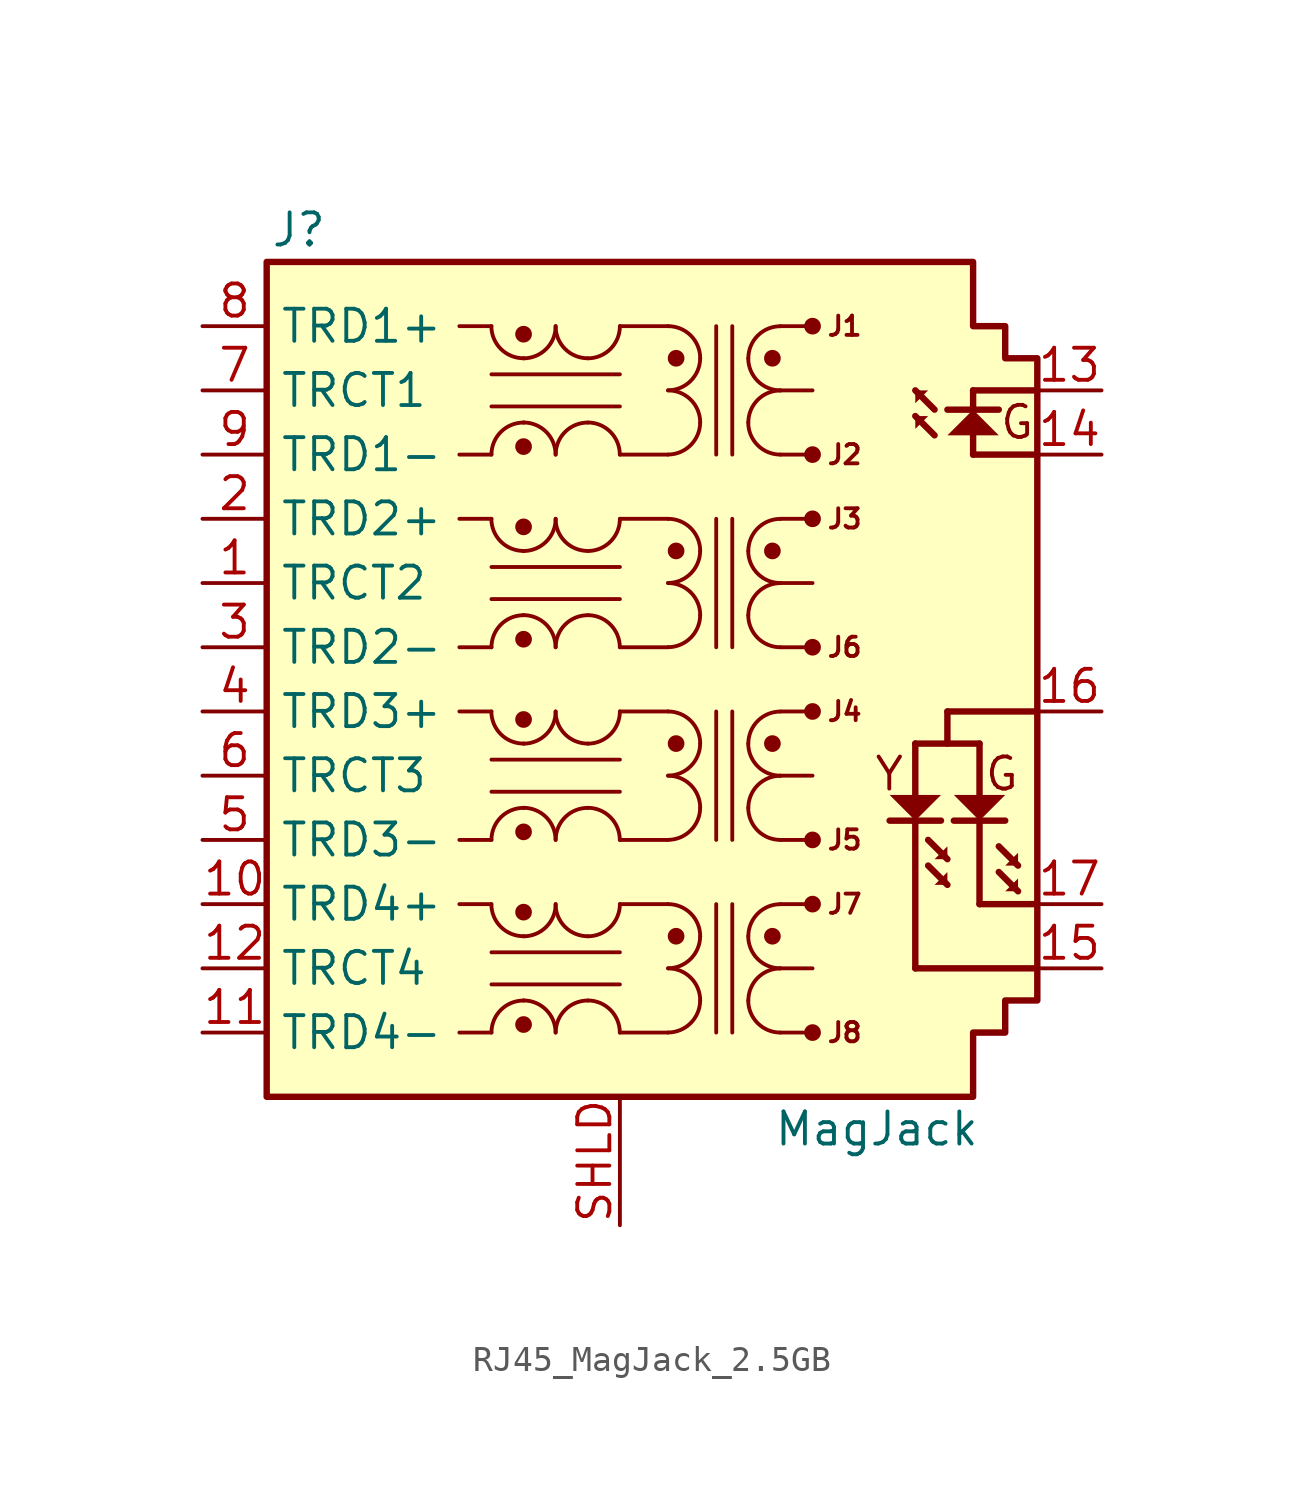
<source format=kicad_sym>
(kicad_symbol_lib
  (version 20241209)
  (generator "kicad_symbol_editor")
  (generator_version "9.0")
  (symbol "RJ45_MagJack_2.5GB"
    (property "Reference" "J"
      (at -12.7 17.78 0)
      (effects (font (size 1.27 1.27))))
    (property "Value" "MagJack"
      (at 10.16 -17.78 0)
      (effects (font (size 1.27 1.27))))
    (symbol "RJ45_MagJack_2.5GB_1_0"
      (polyline (pts (xy -13.97 16.51) (xy 13.97 16.51) (xy 13.97 13.97) (xy 15.24 13.97) (xy 15.24 12.7) (xy 16.51 12.7) (xy 16.51 -12.7) (xy 15.24 -12.7) (xy 15.24 -13.97) (xy 13.97 -13.97) (xy 13.97 -16.51) (xy -13.97 -16.51) (xy -13.97 16.51)) (stroke (width 0.254) (type solid)) (fill (type background)))
      (polyline (pts (xy 11.684 11.43) (xy 12.446 10.668)) (stroke (width 0.254) (type solid)) (fill (type none)))
      (polyline (pts (xy 11.684 10.414) (xy 12.446 9.652)) (stroke (width 0.254) (type solid)) (fill (type none)))
      (polyline (pts (xy 11.684 -2.54) (xy 11.684 -4.572)) (stroke (width 0.254) (type solid)) (fill (type none)))
      (polyline (pts (xy 11.684 -5.588) (xy 11.684 -11.43)) (stroke (width 0.254) (type solid)) (fill (type none)))
      (polyline (pts (xy 11.684 -5.588) (xy 12.7 -4.572) (xy 10.668 -4.572) (xy 11.684 -5.588)) (stroke (width -0.0001) (type solid)) (fill (type outline)))
      (polyline (pts (xy 12.192 11.43) (xy 11.684 11.43) (xy 11.684 10.922) (xy 12.192 11.43)) (stroke (width -0.0001) (type solid)) (fill (type outline)))
      (polyline (pts (xy 12.192 10.414) (xy 11.684 10.414) (xy 11.684 9.906) (xy 12.192 10.414)) (stroke (width -0.0001) (type solid)) (fill (type outline)))
      (polyline (pts (xy 12.446 -7.112) (xy 12.954 -7.112) (xy 12.954 -6.604) (xy 12.446 -7.112)) (stroke (width -0.0001) (type solid)) (fill (type outline)))
      (polyline (pts (xy 12.446 -8.128) (xy 12.954 -8.128) (xy 12.954 -7.62) (xy 12.446 -8.128)) (stroke (width -0.0001) (type solid)) (fill (type outline)))
      (polyline (pts (xy 12.7 -5.588) (xy 10.668 -5.588)) (stroke (width 0.254) (type solid)) (fill (type none)))
      (polyline (pts (xy 12.954 10.668) (xy 14.986 10.668)) (stroke (width 0.254) (type solid)) (fill (type none)))
      (polyline (pts (xy 12.954 -1.27) (xy 12.954 -2.54)) (stroke (width 0.254) (type solid)) (fill (type none)))
      (polyline (pts (xy 12.954 -1.27) (xy 16.51 -1.27)) (stroke (width 0.254) (type solid)) (fill (type none)))
      (polyline (pts (xy 12.954 -7.112) (xy 12.192 -6.35)) (stroke (width 0.254) (type solid)) (fill (type none)))
      (polyline (pts (xy 12.954 -8.128) (xy 12.192 -7.366)) (stroke (width 0.254) (type solid)) (fill (type none)))
      (polyline (pts (xy 13.208 -5.588) (xy 15.24 -5.588)) (stroke (width 0.254) (type solid)) (fill (type none)))
      (polyline (pts (xy 13.97 11.43) (xy 16.51 11.43)) (stroke (width 0.254) (type solid)) (fill (type none)))
      (polyline (pts (xy 13.97 10.668) (xy 13.97 11.43)) (stroke (width 0.254) (type solid)) (fill (type none)))
      (polyline (pts (xy 13.97 10.668) (xy 12.954 9.652) (xy 14.986 9.652) (xy 13.97 10.668)) (stroke (width -0.0001) (type solid)) (fill (type outline)))
      (polyline (pts (xy 13.97 9.652) (xy 13.97 8.89)) (stroke (width 0.254) (type solid)) (fill (type none)))
      (polyline (pts (xy 13.97 8.89) (xy 16.51 8.89)) (stroke (width 0.254) (type solid)) (fill (type none)))
      (polyline (pts (xy 14.224 -2.54) (xy 11.684 -2.54)) (stroke (width 0.254) (type solid)) (fill (type none)))
      (polyline (pts (xy 14.224 -4.572) (xy 14.224 -2.54)) (stroke (width 0.254) (type solid)) (fill (type none)))
      (polyline (pts (xy 14.224 -5.588) (xy 14.224 -8.89)) (stroke (width 0.254) (type solid)) (fill (type none)))
      (polyline (pts (xy 14.224 -5.588) (xy 13.208 -4.572) (xy 15.24 -4.572) (xy 14.224 -5.588)) (stroke (width -0.0001) (type solid)) (fill (type outline)))
      (polyline (pts (xy 14.224 -8.89) (xy 16.51 -8.89)) (stroke (width 0.254) (type solid)) (fill (type none)))
      (polyline (pts (xy 15.24 -7.366) (xy 15.748 -7.366) (xy 15.748 -6.858) (xy 15.24 -7.366)) (stroke (width -0.0001) (type solid)) (fill (type outline)))
      (polyline (pts (xy 15.24 -8.382) (xy 15.748 -8.382) (xy 15.748 -7.874) (xy 15.24 -8.382)) (stroke (width -0.0001) (type solid)) (fill (type outline)))
      (polyline (pts (xy 15.748 -7.366) (xy 14.986 -6.604)) (stroke (width 0.254) (type solid)) (fill (type none)))
      (polyline (pts (xy 15.748 -8.382) (xy 14.986 -7.62)) (stroke (width 0.254) (type solid)) (fill (type none)))
      (polyline (pts (xy 16.51 -11.43) (xy 11.684 -11.43)) (stroke (width 0.254) (type solid)) (fill (type none)))
      (text "Y" (at 10.655 -3.741 0) (effects (font (size 1.27 1.27))))
      (text "G" (at 15.107 -3.741 0) (effects (font (size 1.27 1.27))))
      (text "G" (at 15.713 10.168 0) (effects (font (size 1.27 1.27))))
      (pin passive line (at 0 -21.59 90) (length 5.08) (name "SHLD" (effects (font (size 0 0)))) (number "SHLD" (effects (font (size 1.27 1.27)))))
      (pin passive line (at 19.05 11.43 180) (length 2.54) (name "13" (effects (font (size 0 0)))) (number "13" (effects (font (size 1.27 1.27)))))
      (pin passive line (at 19.05 8.89 180) (length 2.54) (name "14" (effects (font (size 0 0)))) (number "14" (effects (font (size 1.27 1.27)))))
      (pin passive line (at 19.05 -1.27 180) (length 2.54) (name "16" (effects (font (size 0 0)))) (number "16" (effects (font (size 1.27 1.27)))))
      (pin passive line (at 19.05 -8.89 180) (length 2.54) (name "17" (effects (font (size 0 0)))) (number "17" (effects (font (size 1.27 1.27)))))
      (pin passive line (at 19.05 -11.43 180) (length 2.54) (name "15" (effects (font (size 0 0)))) (number "15" (effects (font (size 1.27 1.27))))))
    (symbol "RJ45_MagJack_2.5GB_1_1"
      (polyline (pts (xy -5.08 13.97) (xy -6.35 13.97)) (stroke (width 0) (type default)) (fill (type none)))
      (polyline (pts (xy -5.08 12.065) (xy 0 12.065)) (stroke (width 0) (type default)) (fill (type none)))
      (polyline (pts (xy -5.08 10.795) (xy 0 10.795)) (stroke (width 0) (type default)) (fill (type none)))
      (polyline (pts (xy -5.08 8.89) (xy -6.35 8.89)) (stroke (width 0) (type default)) (fill (type none)))
      (polyline (pts (xy -5.08 6.35) (xy -6.35 6.35)) (stroke (width 0) (type default)) (fill (type none)))
      (polyline (pts (xy -5.08 4.445) (xy 0 4.445)) (stroke (width 0) (type default)) (fill (type none)))
      (polyline (pts (xy -5.08 3.175) (xy 0 3.175)) (stroke (width 0) (type default)) (fill (type none)))
      (polyline (pts (xy -5.08 1.27) (xy -6.35 1.27)) (stroke (width 0) (type default)) (fill (type none)))
      (polyline (pts (xy -5.08 -1.27) (xy -6.35 -1.27)) (stroke (width 0) (type default)) (fill (type none)))
      (polyline (pts (xy -5.08 -3.175) (xy 0 -3.175)) (stroke (width 0) (type default)) (fill (type none)))
      (polyline (pts (xy -5.08 -4.445) (xy 0 -4.445)) (stroke (width 0) (type default)) (fill (type none)))
      (polyline (pts (xy -5.08 -6.35) (xy -6.35 -6.35)) (stroke (width 0) (type default)) (fill (type none)))
      (polyline (pts (xy -5.08 -8.89) (xy -6.35 -8.89)) (stroke (width 0) (type default)) (fill (type none)))
      (polyline (pts (xy -5.08 -10.795) (xy 0 -10.795)) (stroke (width 0) (type default)) (fill (type none)))
      (polyline (pts (xy -5.08 -12.065) (xy 0 -12.065)) (stroke (width 0) (type default)) (fill (type none)))
      (polyline (pts (xy -5.08 -13.97) (xy -6.35 -13.97)) (stroke (width 0) (type default)) (fill (type none)))
      (arc (start -2.54 13.97) (mid -2.912 13.072) (end -3.81 12.7) (stroke (width 0) (type default)) (fill (type none)))
      (arc (start -3.81 10.16) (mid -2.912 9.788) (end -2.54 8.89) (stroke (width 0) (type default)) (fill (type none)))
      (arc (start -2.54 6.35) (mid -2.912 5.452) (end -3.81 5.08) (stroke (width 0) (type default)) (fill (type none)))
      (arc (start -3.81 2.54) (mid -2.912 2.168) (end -2.54 1.27) (stroke (width 0) (type default)) (fill (type none)))
      (arc (start -2.54 -1.27) (mid -2.912 -2.168) (end -3.81 -2.54) (stroke (width 0) (type default)) (fill (type none)))
      (arc (start -3.81 -5.08) (mid -2.912 -5.452) (end -2.54 -6.35) (stroke (width 0) (type default)) (fill (type none)))
      (arc (start -2.54 -8.89) (mid -2.912 -9.788) (end -3.81 -10.16) (stroke (width 0) (type default)) (fill (type none)))
      (arc (start -3.81 -12.7) (mid -2.912 -13.072) (end -2.54 -13.97) (stroke (width 0) (type default)) (fill (type none)))
      (circle (center -3.81 13.652) (radius 0.254) (stroke (width 0) (type default)) (fill (type outline)))
      (arc (start -3.81 12.7) (mid -3.81 12.7) (end -3.81 12.7) (stroke (width 0) (type default)) (fill (type none)))
      (arc (start -3.81 10.16) (mid -3.81 10.16) (end -3.81 10.16) (stroke (width 0) (type default)) (fill (type none)))
      (circle (center -3.81 9.207) (radius 0.254) (stroke (width 0) (type default)) (fill (type outline)))
      (circle (center -3.81 6.032) (radius 0.254) (stroke (width 0) (type default)) (fill (type outline)))
      (arc (start -3.81 5.08) (mid -3.81 5.08) (end -3.81 5.08) (stroke (width 0) (type default)) (fill (type none)))
      (arc (start -3.81 2.54) (mid -3.81 2.54) (end -3.81 2.54) (stroke (width 0) (type default)) (fill (type none)))
      (circle (center -3.81 1.587) (radius 0.254) (stroke (width 0) (type default)) (fill (type outline)))
      (circle (center -3.81 -1.587) (radius 0.254) (stroke (width 0) (type default)) (fill (type outline)))
      (arc (start -3.81 -2.54) (mid -3.81 -2.54) (end -3.81 -2.54) (stroke (width 0) (type default)) (fill (type none)))
      (arc (start -3.81 -5.08) (mid -3.81 -5.08) (end -3.81 -5.08) (stroke (width 0) (type default)) (fill (type none)))
      (circle (center -3.81 -6.032) (radius 0.254) (stroke (width 0) (type default)) (fill (type outline)))
      (circle (center -3.81 -9.207) (radius 0.254) (stroke (width 0) (type default)) (fill (type outline)))
      (arc (start -3.81 -10.16) (mid -3.81 -10.16) (end -3.81 -10.16) (stroke (width 0) (type default)) (fill (type none)))
      (arc (start -3.81 -12.7) (mid -3.81 -12.7) (end -3.81 -12.7) (stroke (width 0) (type default)) (fill (type none)))
      (circle (center -3.81 -13.652) (radius 0.254) (stroke (width 0) (type default)) (fill (type outline)))
      (arc (start -3.81 12.7) (mid -4.708 13.072) (end -5.08 13.97) (stroke (width 0) (type default)) (fill (type none)))
      (arc (start -5.08 8.89) (mid -4.708 9.788) (end -3.81 10.16) (stroke (width 0) (type default)) (fill (type none)))
      (arc (start -3.81 5.08) (mid -4.708 5.452) (end -5.08 6.35) (stroke (width 0) (type default)) (fill (type none)))
      (arc (start -5.08 1.27) (mid -4.708 2.168) (end -3.81 2.54) (stroke (width 0) (type default)) (fill (type none)))
      (arc (start -3.81 -2.54) (mid -4.708 -2.168) (end -5.08 -1.27) (stroke (width 0) (type default)) (fill (type none)))
      (arc (start -5.08 -6.35) (mid -4.708 -5.452) (end -3.81 -5.08) (stroke (width 0) (type default)) (fill (type none)))
      (arc (start -3.81 -10.16) (mid -4.708 -9.788) (end -5.08 -8.89) (stroke (width 0) (type default)) (fill (type none)))
      (arc (start -5.08 -13.97) (mid -4.708 -13.072) (end -3.81 -12.7) (stroke (width 0) (type default)) (fill (type none)))
      (arc (start 0 13.97) (mid -0.372 13.072) (end -1.27 12.7) (stroke (width 0) (type default)) (fill (type none)))
      (arc (start -1.27 10.16) (mid -0.372 9.788) (end 0 8.89) (stroke (width 0) (type default)) (fill (type none)))
      (arc (start 0 6.35) (mid -0.372 5.452) (end -1.27 5.08) (stroke (width 0) (type default)) (fill (type none)))
      (arc (start -1.27 2.54) (mid -0.372 2.168) (end 0 1.27) (stroke (width 0) (type default)) (fill (type none)))
      (arc (start 0 -1.27) (mid -0.372 -2.168) (end -1.27 -2.54) (stroke (width 0) (type default)) (fill (type none)))
      (arc (start -1.27 -5.08) (mid -0.372 -5.452) (end 0 -6.35) (stroke (width 0) (type default)) (fill (type none)))
      (arc (start 0 -8.89) (mid -0.372 -9.788) (end -1.27 -10.16) (stroke (width 0) (type default)) (fill (type none)))
      (arc (start -1.27 -12.7) (mid -0.372 -13.072) (end 0 -13.97) (stroke (width 0) (type default)) (fill (type none)))
      (arc (start -1.27 12.7) (mid -2.168 13.072) (end -2.54 13.97) (stroke (width 0) (type default)) (fill (type none)))
      (arc (start -2.54 8.89) (mid -2.168 9.788) (end -1.27 10.16) (stroke (width 0) (type default)) (fill (type none)))
      (arc (start -1.27 5.08) (mid -2.168 5.452) (end -2.54 6.35) (stroke (width 0) (type default)) (fill (type none)))
      (arc (start -2.54 1.27) (mid -2.168 2.168) (end -1.27 2.54) (stroke (width 0) (type default)) (fill (type none)))
      (arc (start -1.27 -2.54) (mid -2.168 -2.168) (end -2.54 -1.27) (stroke (width 0) (type default)) (fill (type none)))
      (arc (start -2.54 -6.35) (mid -2.168 -5.452) (end -1.27 -5.08) (stroke (width 0) (type default)) (fill (type none)))
      (arc (start -1.27 -10.16) (mid -2.168 -9.788) (end -2.54 -8.89) (stroke (width 0) (type default)) (fill (type none)))
      (arc (start -2.54 -13.97) (mid -2.168 -13.072) (end -1.27 -12.7) (stroke (width 0) (type default)) (fill (type none)))
      (arc (start 3.175 12.7) (mid 2.8004 11.8046) (end 1.905 11.43) (stroke (width 0) (type default)) (fill (type none)))
      (arc (start 3.175 10.16) (mid 2.8004 9.2646) (end 1.905 8.89) (stroke (width 0) (type default)) (fill (type none)))
      (arc (start 3.175 5.08) (mid 2.8004 4.1846) (end 1.905 3.81) (stroke (width 0) (type default)) (fill (type none)))
      (arc (start 3.175 2.54) (mid 2.8004 1.6446) (end 1.905 1.27) (stroke (width 0) (type default)) (fill (type none)))
      (arc (start 3.175 -2.54) (mid 2.8007 -3.4357) (end 1.905 -3.81) (stroke (width 0) (type default)) (fill (type none)))
      (arc (start 3.175 -5.08) (mid 2.8007 -5.9757) (end 1.905 -6.35) (stroke (width 0) (type default)) (fill (type none)))
      (arc (start 3.175 -10.16) (mid 2.8007 -11.0557) (end 1.905 -11.43) (stroke (width 0) (type default)) (fill (type none)))
      (arc (start 3.175 -12.7) (mid 2.8007 -13.5957) (end 1.905 -13.97) (stroke (width 0) (type default)) (fill (type none)))
      (polyline (pts (xy 1.905 13.97) (xy 0 13.97)) (stroke (width 0) (type default)) (fill (type none)))
      (polyline (pts (xy 1.905 8.89) (xy 0 8.89)) (stroke (width 0) (type default)) (fill (type none)))
      (polyline (pts (xy 1.905 6.35) (xy 0 6.35)) (stroke (width 0) (type default)) (fill (type none)))
      (polyline (pts (xy 1.905 1.27) (xy 0 1.27)) (stroke (width 0) (type default)) (fill (type none)))
      (polyline (pts (xy 1.905 -1.27) (xy 0 -1.27)) (stroke (width 0) (type default)) (fill (type none)))
      (polyline (pts (xy 1.905 -6.35) (xy 0 -6.35)) (stroke (width 0) (type default)) (fill (type none)))
      (polyline (pts (xy 1.905 -8.89) (xy 0 -8.89)) (stroke (width 0) (type default)) (fill (type none)))
      (polyline (pts (xy 1.905 -13.97) (xy 0 -13.97)) (stroke (width 0) (type default)) (fill (type none)))
      (arc (start 1.905 13.97) (mid 2.8041 13.5991) (end 3.175 12.7) (stroke (width 0) (type default)) (fill (type none)))
      (arc (start 1.905 11.43) (mid 2.8041 11.0591) (end 3.175 10.16) (stroke (width 0) (type default)) (fill (type none)))
      (arc (start 1.905 6.35) (mid 2.8041 5.9791) (end 3.175 5.08) (stroke (width 0) (type default)) (fill (type none)))
      (arc (start 1.905 3.81) (mid 2.8041 3.4391) (end 3.175 2.54) (stroke (width 0) (type default)) (fill (type none)))
      (arc (start 1.905 -1.27) (mid 2.8041 -1.6409) (end 3.175 -2.54) (stroke (width 0) (type default)) (fill (type none)))
      (arc (start 1.905 -3.81) (mid 2.8041 -4.1809) (end 3.175 -5.08) (stroke (width 0) (type default)) (fill (type none)))
      (arc (start 1.905 -8.89) (mid 2.8041 -9.2609) (end 3.175 -10.16) (stroke (width 0) (type default)) (fill (type none)))
      (arc (start 1.905 -11.43) (mid 2.8041 -11.8009) (end 3.175 -12.7) (stroke (width 0) (type default)) (fill (type none)))
      (circle (center 2.223 12.7) (radius 0.254) (stroke (width 0) (type default)) (fill (type outline)))
      (circle (center 2.223 5.08) (radius 0.254) (stroke (width 0) (type default)) (fill (type outline)))
      (circle (center 2.223 -2.54) (radius 0.254) (stroke (width 0) (type default)) (fill (type outline)))
      (circle (center 2.223 -10.16) (radius 0.254) (stroke (width 0) (type default)) (fill (type outline)))
      (polyline (pts (xy 3.81 13.97) (xy 3.81 8.89)) (stroke (width 0) (type default)) (fill (type none)))
      (polyline (pts (xy 3.81 6.35) (xy 3.81 1.27)) (stroke (width 0) (type default)) (fill (type none)))
      (polyline (pts (xy 3.81 -1.27) (xy 3.81 -6.35)) (stroke (width 0) (type default)) (fill (type none)))
      (polyline (pts (xy 3.81 -8.89) (xy 3.81 -13.97)) (stroke (width 0) (type default)) (fill (type none)))
      (polyline (pts (xy 4.445 13.97) (xy 4.445 8.89)) (stroke (width 0) (type default)) (fill (type none)))
      (polyline (pts (xy 4.445 6.35) (xy 4.445 1.27)) (stroke (width 0) (type default)) (fill (type none)))
      (polyline (pts (xy 4.445 -1.27) (xy 4.445 -6.35)) (stroke (width 0) (type default)) (fill (type none)))
      (polyline (pts (xy 4.445 -8.89) (xy 4.445 -13.97)) (stroke (width 0) (type default)) (fill (type none)))
      (circle (center 6.032 12.7) (radius 0.254) (stroke (width 0) (type default)) (fill (type outline)))
      (circle (center 6.032 5.08) (radius 0.254) (stroke (width 0) (type default)) (fill (type outline)))
      (circle (center 6.032 -2.54) (radius 0.254) (stroke (width 0) (type default)) (fill (type outline)))
      (circle (center 6.032 -10.16) (radius 0.254) (stroke (width 0) (type default)) (fill (type outline)))
      (arc (start 5.08 12.7) (mid 5.452 13.598) (end 6.35 13.97) (stroke (width 0) (type default)) (fill (type none)))
      (arc (start 6.35 11.43) (mid 5.452 11.802) (end 5.08 12.7) (stroke (width 0) (type default)) (fill (type none)))
      (polyline (pts (xy 6.35 11.43) (xy 7.62 11.43)) (stroke (width 0) (type default)) (fill (type none)))
      (arc (start 5.08 10.16) (mid 5.452 11.058) (end 6.35 11.43) (stroke (width 0) (type default)) (fill (type none)))
      (arc (start 6.35 8.89) (mid 5.452 9.262) (end 5.08 10.16) (stroke (width 0) (type default)) (fill (type none)))
      (polyline (pts (xy 6.35 8.89) (xy 7.62 8.89)) (stroke (width 0) (type default)) (fill (type none)))
      (arc (start 5.08 5.08) (mid 5.452 5.978) (end 6.35 6.35) (stroke (width 0) (type default)) (fill (type none)))
      (arc (start 6.35 3.81) (mid 5.452 4.182) (end 5.08 5.08) (stroke (width 0) (type default)) (fill (type none)))
      (polyline (pts (xy 6.35 3.81) (xy 7.62 3.81)) (stroke (width 0) (type default)) (fill (type none)))
      (arc (start 5.08 2.54) (mid 5.452 3.438) (end 6.35 3.81) (stroke (width 0) (type default)) (fill (type none)))
      (arc (start 6.35 1.27) (mid 5.452 1.642) (end 5.08 2.54) (stroke (width 0) (type default)) (fill (type none)))
      (polyline (pts (xy 6.35 1.27) (xy 7.62 1.27)) (stroke (width 0) (type default)) (fill (type none)))
      (arc (start 5.08 -2.54) (mid 5.452 -1.642) (end 6.35 -1.27) (stroke (width 0) (type default)) (fill (type none)))
      (arc (start 6.35 -3.81) (mid 5.452 -3.438) (end 5.08 -2.54) (stroke (width 0) (type default)) (fill (type none)))
      (polyline (pts (xy 6.35 -3.81) (xy 7.62 -3.81)) (stroke (width 0) (type default)) (fill (type none)))
      (arc (start 5.08 -5.08) (mid 5.452 -4.182) (end 6.35 -3.81) (stroke (width 0) (type default)) (fill (type none)))
      (arc (start 6.35 -6.35) (mid 5.452 -5.978) (end 5.08 -5.08) (stroke (width 0) (type default)) (fill (type none)))
      (polyline (pts (xy 6.35 -6.35) (xy 7.62 -6.35)) (stroke (width 0) (type default)) (fill (type none)))
      (arc (start 5.08 -10.16) (mid 5.452 -9.262) (end 6.35 -8.89) (stroke (width 0) (type default)) (fill (type none)))
      (arc (start 6.35 -11.43) (mid 5.452 -11.058) (end 5.08 -10.16) (stroke (width 0) (type default)) (fill (type none)))
      (polyline (pts (xy 6.35 -11.43) (xy 7.62 -11.43)) (stroke (width 0) (type default)) (fill (type none)))
      (arc (start 5.08 -12.7) (mid 5.452 -11.802) (end 6.35 -11.43) (stroke (width 0) (type default)) (fill (type none)))
      (arc (start 6.35 -13.97) (mid 5.452 -13.598) (end 5.08 -12.7) (stroke (width 0) (type default)) (fill (type none)))
      (polyline (pts (xy 6.35 -13.97) (xy 7.62 -13.97)) (stroke (width 0) (type default)) (fill (type none)))
      (polyline (pts (xy 7.62 13.97) (xy 6.35 13.97)) (stroke (width 0) (type default)) (fill (type none)))
      (circle (center 7.62 13.97) (radius 0.254) (stroke (width 0) (type default)) (fill (type outline)))
      (circle (center 7.62 8.89) (radius 0.254) (stroke (width 0) (type default)) (fill (type outline)))
      (polyline (pts (xy 7.62 6.35) (xy 6.35 6.35)) (stroke (width 0) (type default)) (fill (type none)))
      (circle (center 7.62 6.35) (radius 0.254) (stroke (width 0) (type default)) (fill (type outline)))
      (circle (center 7.62 1.27) (radius 0.254) (stroke (width 0) (type default)) (fill (type outline)))
      (polyline (pts (xy 7.62 -1.27) (xy 6.35 -1.27)) (stroke (width 0) (type default)) (fill (type none)))
      (circle (center 7.62 -1.27) (radius 0.254) (stroke (width 0) (type default)) (fill (type outline)))
      (circle (center 7.62 -6.35) (radius 0.254) (stroke (width 0) (type default)) (fill (type outline)))
      (polyline (pts (xy 7.62 -8.89) (xy 6.35 -8.89)) (stroke (width 0) (type default)) (fill (type none)))
      (circle (center 7.62 -8.89) (radius 0.254) (stroke (width 0) (type default)) (fill (type outline)))
      (circle (center 7.62 -13.97) (radius 0.254) (stroke (width 0) (type default)) (fill (type outline)))
      (text "J1" (at 8.89 13.97 0) (effects (font (size 0.762 0.762))))
      (text "J2" (at 8.89 8.89 0) (effects (font (size 0.762 0.762))))
      (text "J3" (at 8.89 6.35 0) (effects (font (size 0.762 0.762))))
      (text "J6" (at 8.89 1.27 0) (effects (font (size 0.762 0.762))))
      (text "J4" (at 8.89 -1.27 0) (effects (font (size 0.762 0.762))))
      (text "J5" (at 8.89 -6.35 0) (effects (font (size 0.762 0.762))))
      (text "J7" (at 8.89 -8.89 0) (effects (font (size 0.762 0.762))))
      (text "J8" (at 8.89 -13.97 0) (effects (font (size 0.762 0.762))))
      (pin passive line (at -16.51 13.97 0) (length 2.54) (name "TRD1+" (effects (font (size 1.27 1.27)))) (number "8" (effects (font (size 1.27 1.27)))))
      (pin passive line (at -16.51 11.43 0) (length 2.54) (name "TRCT1" (effects (font (size 1.27 1.27)))) (number "7" (effects (font (size 1.27 1.27)))))
      (pin passive line (at -16.51 8.89 0) (length 2.54) (name "TRD1-" (effects (font (size 1.27 1.27)))) (number "9" (effects (font (size 1.27 1.27)))))
      (pin passive line (at -16.51 6.35 0) (length 2.54) (name "TRD2+" (effects (font (size 1.27 1.27)))) (number "2" (effects (font (size 1.27 1.27)))))
      (pin passive line (at -16.51 3.81 0) (length 2.54) (name "TRCT2" (effects (font (size 1.27 1.27)))) (number "1" (effects (font (size 1.27 1.27)))))
      (pin passive line (at -16.51 1.27 0) (length 2.54) (name "TRD2-" (effects (font (size 1.27 1.27)))) (number "3" (effects (font (size 1.27 1.27)))))
      (pin passive line (at -16.51 -1.27 0) (length 2.54) (name "TRD3+" (effects (font (size 1.27 1.27)))) (number "4" (effects (font (size 1.27 1.27)))))
      (pin passive line (at -16.51 -3.81 0) (length 2.54) (name "TRCT3" (effects (font (size 1.27 1.27)))) (number "6" (effects (font (size 1.27 1.27)))))
      (pin passive line (at -16.51 -6.35 0) (length 2.54) (name "TRD3-" (effects (font (size 1.27 1.27)))) (number "5" (effects (font (size 1.27 1.27)))))
      (pin passive line (at -16.51 -8.89 0) (length 2.54) (name "TRD4+" (effects (font (size 1.27 1.27)))) (number "10" (effects (font (size 1.27 1.27)))))
      (pin passive line (at -16.51 -11.43 0) (length 2.54) (name "TRCT4" (effects (font (size 1.27 1.27)))) (number "12" (effects (font (size 1.27 1.27)))))
      (pin passive line (at -16.51 -13.97 0) (length 2.54) (name "TRD4-" (effects (font (size 1.27 1.27)))) (number "11" (effects (font (size 1.27 1.27))))))))
</source>
